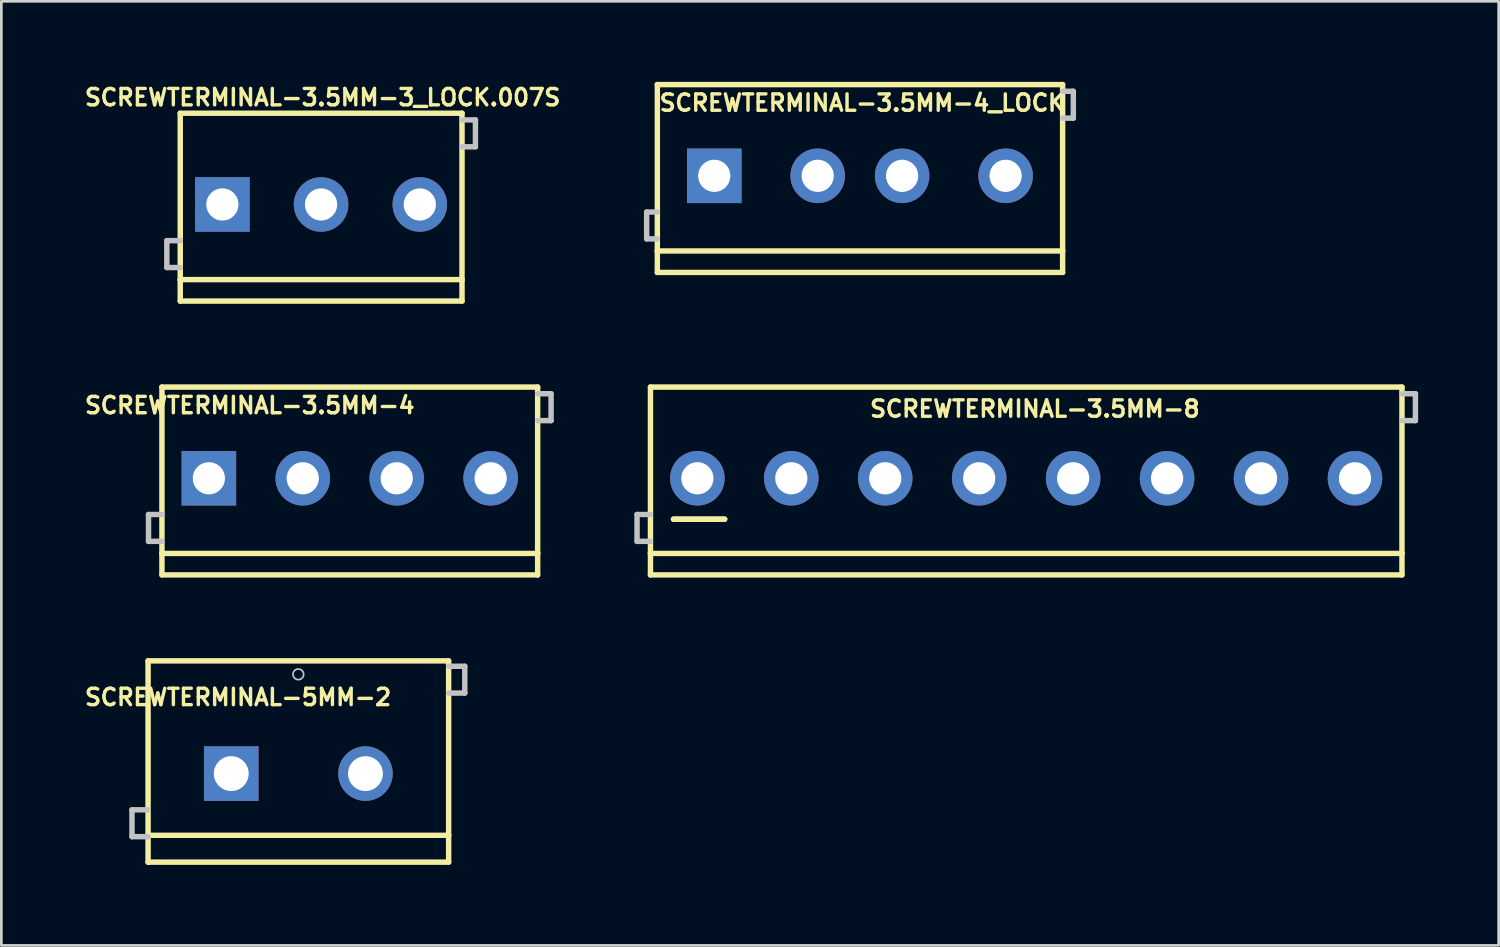
<source format=kicad_pcb>
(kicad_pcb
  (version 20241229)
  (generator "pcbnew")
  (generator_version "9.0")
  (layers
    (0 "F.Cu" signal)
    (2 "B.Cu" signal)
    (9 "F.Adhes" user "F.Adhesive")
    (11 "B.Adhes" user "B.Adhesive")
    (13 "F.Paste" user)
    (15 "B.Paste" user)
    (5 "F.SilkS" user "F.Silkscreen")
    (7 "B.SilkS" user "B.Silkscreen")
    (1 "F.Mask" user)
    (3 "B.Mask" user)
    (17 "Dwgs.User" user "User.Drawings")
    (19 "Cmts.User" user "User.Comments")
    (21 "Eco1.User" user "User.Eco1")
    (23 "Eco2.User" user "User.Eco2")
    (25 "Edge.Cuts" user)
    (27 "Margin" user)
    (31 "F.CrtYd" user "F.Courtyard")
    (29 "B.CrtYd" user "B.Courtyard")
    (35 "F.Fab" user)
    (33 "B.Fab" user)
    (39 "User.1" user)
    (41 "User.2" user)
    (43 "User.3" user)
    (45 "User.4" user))
  (footprint "SCREWTERMINAL-3.5MM-4"
    (layer "F.Cu")
    (at 4.731 14.768)
    (property "Reference" "SCREWTERMINAL-3.5MM-4" (at 1.524 -2.718 0) (layer "F.SilkS") (effects (font (size 0.61 0.61) (thickness 0.127))))
    (attr exclude_from_pos_files exclude_from_bom)
    (fp_line (start -1.748 -3.399) (end 12.248 -3.399) (stroke (width 0.203) (type solid)) (layer "F.SilkS"))
    (fp_line (start -1.748 2.799) (end -1.748 -3.399) (stroke (width 0.203) (type solid)) (layer "F.SilkS"))
    (fp_line (start -1.748 3.599) (end -1.748 2.799) (stroke (width 0.203) (type solid)) (layer "F.SilkS"))
    (fp_line (start 12.248 -3.399) (end 12.248 2.799) (stroke (width 0.203) (type solid)) (layer "F.SilkS"))
    (fp_line (start 12.248 2.799) (end -1.748 2.799) (stroke (width 0.203) (type solid)) (layer "F.SilkS"))
    (fp_line (start 12.248 2.799) (end 12.248 3.599) (stroke (width 0.203) (type solid)) (layer "F.SilkS"))
    (fp_line (start 12.248 3.599) (end -1.748 3.599) (stroke (width 0.203) (type solid)) (layer "F.SilkS"))
    (fp_line (start -2.248 1.349) (end -2.248 2.349) (stroke (width 0.203) (type solid)) (layer "Dwgs.User"))
    (fp_line (start -2.248 2.349) (end -1.748 2.349) (stroke (width 0.203) (type solid)) (layer "Dwgs.User"))
    (fp_line (start -1.748 1.349) (end -2.248 1.349) (stroke (width 0.203) (type solid)) (layer "Dwgs.User"))
    (fp_line (start 12.248 -3.15) (end 12.748 -3.15) (stroke (width 0.203) (type solid)) (layer "Dwgs.User"))
    (fp_line (start 12.748 -3.15) (end 12.748 -2.149) (stroke (width 0.203) (type solid)) (layer "Dwgs.User"))
    (fp_line (start 12.748 -2.149) (end 12.248 -2.149) (stroke (width 0.203) (type solid)) (layer "Dwgs.User"))
    (fp_circle (center 0 0) (end -0.211 0.211) (stroke (width 0) (type solid)) (fill yes) (layer "Dwgs.User"))
    (fp_circle (center 3.498 0) (end 3.708 0.211) (stroke (width 0) (type solid)) (fill yes) (layer "Dwgs.User"))
    (fp_circle (center 6.998 0) (end 7.209 0.211) (stroke (width 0) (type solid)) (fill yes) (layer "Dwgs.User"))
    (fp_circle (center 10.498 0) (end 10.709 0.211) (stroke (width 0) (type solid)) (fill yes) (layer "Dwgs.User"))
    (pad "1" thru_hole rect (at 0 0) (size 2.032 2.032) (drill 1.199) (layers "*.Cu" "*.Paste" "*.Mask"))
    (pad "2" thru_hole circle (at 3.498 0) (size 2.032 2.032) (drill 1.199) (layers "*.Cu" "*.Paste" "*.Mask"))
    (pad "3" thru_hole circle (at 6.998 0) (size 2.032 2.032) (drill 1.199) (layers "*.Cu" "*.Paste" "*.Mask"))
    (pad "4" thru_hole circle (at 10.498 0) (size 2.032 2.032) (drill 1.199) (layers "*.Cu" "*.Paste" "*.Mask")))
  (footprint "SCREWTERMINAL-5MM-2"
    (layer "F.Cu")
    (at 5.565 25.769)
    (property "Reference" "SCREWTERMINAL-5MM-2" (at 0.254 -2.845 0) (layer "F.SilkS") (effects (font (size 0.61 0.61) (thickness 0.127))))
    (attr exclude_from_pos_files exclude_from_bom)
    (fp_line (start -3.099 -4.199) (end 8.098 -4.199) (stroke (width 0.203) (type solid)) (layer "F.SilkS"))
    (fp_line (start -3.099 2.299) (end -3.099 -4.199) (stroke (width 0.203) (type solid)) (layer "F.SilkS"))
    (fp_line (start -3.099 3.299) (end -3.099 2.299) (stroke (width 0.203) (type solid)) (layer "F.SilkS"))
    (fp_line (start 8.098 -4.199) (end 8.098 2.299) (stroke (width 0.203) (type solid)) (layer "F.SilkS"))
    (fp_line (start 8.098 2.299) (end -3.099 2.299) (stroke (width 0.203) (type solid)) (layer "F.SilkS"))
    (fp_line (start 8.098 2.299) (end 8.098 3.299) (stroke (width 0.203) (type solid)) (layer "F.SilkS"))
    (fp_line (start 8.098 3.299) (end -3.099 3.299) (stroke (width 0.203) (type solid)) (layer "F.SilkS"))
    (fp_line (start -3.698 1.349) (end -3.698 2.349) (stroke (width 0.203) (type solid)) (layer "Dwgs.User"))
    (fp_line (start -3.698 2.349) (end -3.099 2.349) (stroke (width 0.203) (type solid)) (layer "Dwgs.User"))
    (fp_line (start -3.099 1.349) (end -3.698 1.349) (stroke (width 0.203) (type solid)) (layer "Dwgs.User"))
    (fp_line (start 8.098 -3.998) (end 8.7 -3.998) (stroke (width 0.203) (type solid)) (layer "Dwgs.User"))
    (fp_line (start 8.7 -3.998) (end 8.7 -3) (stroke (width 0.203) (type solid)) (layer "Dwgs.User"))
    (fp_line (start 8.7 -3) (end 8.098 -3) (stroke (width 0.203) (type solid)) (layer "Dwgs.User"))
    (fp_circle (center 2.499 -3.698) (end 2.639 -3.838) (stroke (width 0.064) (type solid)) (fill no) (layer "Dwgs.User"))
    (pad "1" thru_hole rect (at 0 0) (size 2.032 2.032) (drill 1.298) (layers "*.Cu" "*.Paste" "*.Mask"))
    (pad "2" thru_hole circle (at 4.999 0) (size 2.032 2.032) (drill 1.298) (layers "*.Cu" "*.Paste" "*.Mask")))
  (footprint "SCREWTERMINAL-3.5MM-8"
    (layer "F.Cu")
    (at 22.93 14.768)
    (property "Reference" "SCREWTERMINAL-3.5MM-8" (at 12.573 -2.588 0) (layer "F.SilkS") (effects (font (size 0.61 0.61) (thickness 0.127))))
    (attr exclude_from_pos_files exclude_from_bom)
    (fp_line (start -1.748 -3.399) (end 26.248 -3.399) (stroke (width 0.203) (type solid)) (layer "F.SilkS"))
    (fp_line (start -1.748 2.799) (end -1.748 -3.399) (stroke (width 0.203) (type solid)) (layer "F.SilkS"))
    (fp_line (start -1.748 3.599) (end -1.748 2.799) (stroke (width 0.203) (type solid)) (layer "F.SilkS"))
    (fp_line (start -0.889 1.524) (end 1.016 1.524) (stroke (width 0.203) (type solid)) (layer "F.SilkS"))
    (fp_line (start 1.016 1.524) (end -0.889 1.524) (stroke (width 0.203) (type solid)) (layer "F.SilkS"))
    (fp_line (start 26.248 -3.399) (end 26.248 2.799) (stroke (width 0.203) (type solid)) (layer "F.SilkS"))
    (fp_line (start 26.248 2.799) (end -1.748 2.799) (stroke (width 0.203) (type solid)) (layer "F.SilkS"))
    (fp_line (start 26.248 2.799) (end 26.248 3.599) (stroke (width 0.203) (type solid)) (layer "F.SilkS"))
    (fp_line (start 26.248 3.599) (end -1.748 3.599) (stroke (width 0.203) (type solid)) (layer "F.SilkS"))
    (fp_line (start -2.248 1.349) (end -2.248 2.349) (stroke (width 0.203) (type solid)) (layer "Dwgs.User"))
    (fp_line (start -2.248 2.349) (end -1.748 2.349) (stroke (width 0.203) (type solid)) (layer "Dwgs.User"))
    (fp_line (start -1.748 1.349) (end -2.248 1.349) (stroke (width 0.203) (type solid)) (layer "Dwgs.User"))
    (fp_line (start 26.248 -3.15) (end 26.749 -3.15) (stroke (width 0.203) (type solid)) (layer "Dwgs.User"))
    (fp_line (start 26.749 -3.15) (end 26.749 -2.149) (stroke (width 0.203) (type solid)) (layer "Dwgs.User"))
    (fp_line (start 26.749 -2.149) (end 26.248 -2.149) (stroke (width 0.203) (type solid)) (layer "Dwgs.User"))
    (pad "1" thru_hole circle (at 0 0) (size 2.032 2.032) (drill 1.199) (layers "*.Cu" "*.Paste" "*.Mask"))
    (pad "2" thru_hole circle (at 3.498 0) (size 2.032 2.032) (drill 1.199) (layers "*.Cu" "*.Paste" "*.Mask"))
    (pad "3" thru_hole circle (at 6.998 0) (size 2.032 2.032) (drill 1.199) (layers "*.Cu" "*.Paste" "*.Mask"))
    (pad "4" thru_hole circle (at 10.498 0) (size 2.032 2.032) (drill 1.199) (layers "*.Cu" "*.Paste" "*.Mask"))
    (pad "5" thru_hole circle (at 13.998 0) (size 2.032 2.032) (drill 1.199) (layers "*.Cu" "*.Paste" "*.Mask"))
    (pad "6" thru_hole circle (at 17.498 0) (size 2.032 2.032) (drill 1.199) (layers "*.Cu" "*.Paste" "*.Mask"))
    (pad "7" thru_hole circle (at 20.998 0) (size 2.032 2.032) (drill 1.199) (layers "*.Cu" "*.Paste" "*.Mask"))
    (pad "8" thru_hole circle (at 24.498 0) (size 2.032 2.032) (drill 1.199) (layers "*.Cu" "*.Paste" "*.Mask")))
  (footprint "SCREWTERMINAL-3.5MM-4_LOCK"
    (layer "F.Cu")
    (at 23.737 3.5)
    (property "Reference" "SCREWTERMINAL-3.5MM-4_LOCK" (at 5.334 -2.718 0) (layer "F.SilkS") (effects (font (size 0.61 0.61) (thickness 0.127))))
    (attr exclude_from_pos_files exclude_from_bom)
    (fp_line (start -2.299 -3.399) (end 12.799 -3.399) (stroke (width 0.203) (type solid)) (layer "F.SilkS"))
    (fp_line (start -2.299 2.799) (end -2.299 -3.399) (stroke (width 0.203) (type solid)) (layer "F.SilkS"))
    (fp_line (start -2.299 3.599) (end -2.299 2.799) (stroke (width 0.203) (type solid)) (layer "F.SilkS"))
    (fp_line (start 12.799 -3.399) (end 12.799 2.799) (stroke (width 0.203) (type solid)) (layer "F.SilkS"))
    (fp_line (start 12.799 2.799) (end -2.299 2.799) (stroke (width 0.203) (type solid)) (layer "F.SilkS"))
    (fp_line (start 12.799 2.799) (end 12.799 3.599) (stroke (width 0.203) (type solid)) (layer "F.SilkS"))
    (fp_line (start 12.799 3.599) (end -2.299 3.599) (stroke (width 0.203) (type solid)) (layer "F.SilkS"))
    (fp_line (start -2.697 1.349) (end -2.697 2.349) (stroke (width 0.203) (type solid)) (layer "Dwgs.User"))
    (fp_line (start -2.697 2.349) (end -2.299 2.349) (stroke (width 0.203) (type solid)) (layer "Dwgs.User"))
    (fp_line (start -2.299 1.349) (end -2.697 1.349) (stroke (width 0.203) (type solid)) (layer "Dwgs.User"))
    (fp_line (start 12.799 -3.15) (end 13.198 -3.15) (stroke (width 0.203) (type solid)) (layer "Dwgs.User"))
    (fp_line (start 13.198 -3.15) (end 13.198 -2.149) (stroke (width 0.203) (type solid)) (layer "Dwgs.User"))
    (fp_line (start 13.198 -2.149) (end 12.799 -2.149) (stroke (width 0.203) (type solid)) (layer "Dwgs.User"))
    (fp_circle (center 0 0) (end -0.211 0.211) (stroke (width 0) (type solid)) (fill yes) (layer "Dwgs.User"))
    (fp_circle (center 3.498 0) (end 3.708 0.211) (stroke (width 0) (type solid)) (fill yes) (layer "Dwgs.User"))
    (fp_circle (center 6.998 0) (end 7.209 0.211) (stroke (width 0) (type solid)) (fill yes) (layer "Dwgs.User"))
    (fp_circle (center 10.498 0) (end 10.709 0.211) (stroke (width 0) (type solid)) (fill yes) (layer "Dwgs.User"))
    (pad "1" thru_hole rect (at -0.178 0) (size 2.032 2.032) (drill 1.199) (layers "*.Cu" "*.Paste" "*.Mask"))
    (pad "2" thru_hole circle (at 3.675 0) (size 2.032 2.032) (drill 1.199) (layers "*.Cu" "*.Paste" "*.Mask"))
    (pad "3" thru_hole circle (at 6.82 0) (size 2.032 2.032) (drill 1.199) (layers "*.Cu" "*.Paste" "*.Mask"))
    (pad "4" thru_hole circle (at 10.676 0) (size 2.032 2.032) (drill 1.199) (layers "*.Cu" "*.Paste" "*.Mask")))
  (footprint "SCREWTERMINAL-3.5MM-3_LOCK.007S"
    (layer "F.Cu")
    (at 5.413 4.567)
    (property "Reference" "SCREWTERMINAL-3.5MM-3_LOCK.007S" (at 3.556 -3.988 0) (layer "F.SilkS") (effects (font (size 0.61 0.61) (thickness 0.127))))
    (attr exclude_from_pos_files exclude_from_bom)
    (fp_line (start -1.748 -3.399) (end 8.748 -3.399) (stroke (width 0.203) (type solid)) (layer "F.SilkS"))
    (fp_line (start -1.748 2.799) (end -1.748 -3.399) (stroke (width 0.203) (type solid)) (layer "F.SilkS"))
    (fp_line (start -1.748 3.599) (end -1.748 2.799) (stroke (width 0.203) (type solid)) (layer "F.SilkS"))
    (fp_line (start 8.748 -3.399) (end 8.748 2.799) (stroke (width 0.203) (type solid)) (layer "F.SilkS"))
    (fp_line (start 8.748 2.799) (end -1.748 2.799) (stroke (width 0.203) (type solid)) (layer "F.SilkS"))
    (fp_line (start 8.748 2.799) (end 8.748 3.599) (stroke (width 0.203) (type solid)) (layer "F.SilkS"))
    (fp_line (start 8.748 3.599) (end -1.748 3.599) (stroke (width 0.203) (type solid)) (layer "F.SilkS"))
    (fp_line (start -2.248 1.349) (end -2.248 2.349) (stroke (width 0.203) (type solid)) (layer "Dwgs.User"))
    (fp_line (start -2.248 2.349) (end -1.748 2.349) (stroke (width 0.203) (type solid)) (layer "Dwgs.User"))
    (fp_line (start -1.748 1.349) (end -2.248 1.349) (stroke (width 0.203) (type solid)) (layer "Dwgs.User"))
    (fp_line (start 8.748 -3.15) (end 9.248 -3.15) (stroke (width 0.203) (type solid)) (layer "Dwgs.User"))
    (fp_line (start 9.248 -3.15) (end 9.248 -2.149) (stroke (width 0.203) (type solid)) (layer "Dwgs.User"))
    (fp_line (start 9.248 -2.149) (end 8.748 -2.149) (stroke (width 0.203) (type solid)) (layer "Dwgs.User"))
    (fp_circle (center 0 0) (end -0.211 0.211) (stroke (width 0) (type solid)) (fill yes) (layer "Dwgs.User"))
    (fp_circle (center 3.498 0) (end 3.708 0.211) (stroke (width 0) (type solid)) (fill yes) (layer "Dwgs.User"))
    (fp_circle (center 6.998 0) (end 7.209 0.211) (stroke (width 0) (type solid)) (fill yes) (layer "Dwgs.User"))
    (pad "1" thru_hole rect (at -0.178 0) (size 2.032 2.032) (drill 1.199) (layers "*.Cu" "*.Paste" "*.Mask"))
    (pad "2" thru_hole circle (at 3.498 0) (size 2.032 2.032) (drill 1.199) (layers "*.Cu" "*.Paste" "*.Mask"))
    (pad "3" thru_hole circle (at 7.176 0) (size 2.032 2.032) (drill 1.199) (layers "*.Cu" "*.Paste" "*.Mask")))
  (gr_rect
    (start -3 -3)
    (end 52.78 32.17)
    (stroke (width 0.1) (type default))
    (fill no)
    (layer "Edge.Cuts")))
</source>
